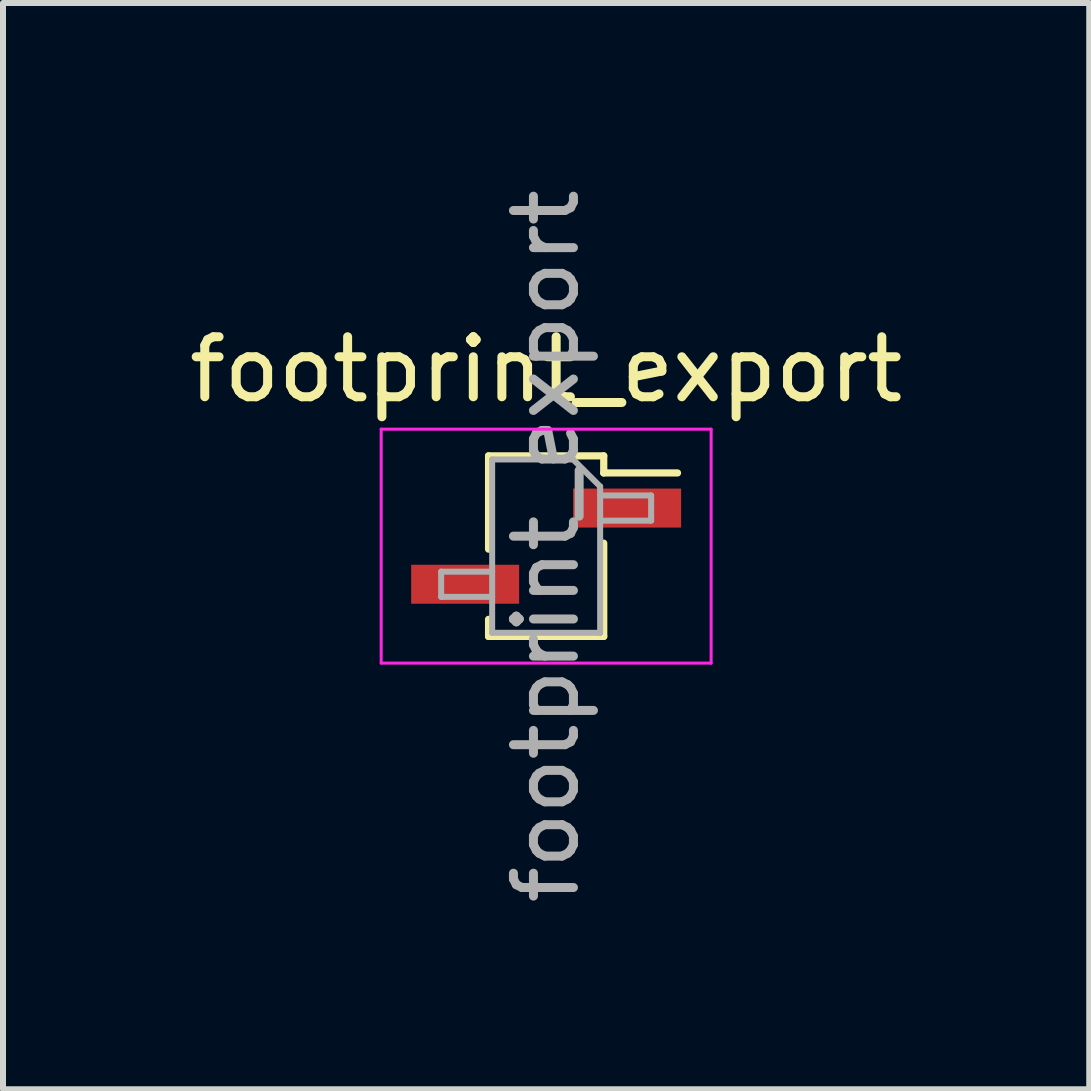
<source format=kicad_pcb>
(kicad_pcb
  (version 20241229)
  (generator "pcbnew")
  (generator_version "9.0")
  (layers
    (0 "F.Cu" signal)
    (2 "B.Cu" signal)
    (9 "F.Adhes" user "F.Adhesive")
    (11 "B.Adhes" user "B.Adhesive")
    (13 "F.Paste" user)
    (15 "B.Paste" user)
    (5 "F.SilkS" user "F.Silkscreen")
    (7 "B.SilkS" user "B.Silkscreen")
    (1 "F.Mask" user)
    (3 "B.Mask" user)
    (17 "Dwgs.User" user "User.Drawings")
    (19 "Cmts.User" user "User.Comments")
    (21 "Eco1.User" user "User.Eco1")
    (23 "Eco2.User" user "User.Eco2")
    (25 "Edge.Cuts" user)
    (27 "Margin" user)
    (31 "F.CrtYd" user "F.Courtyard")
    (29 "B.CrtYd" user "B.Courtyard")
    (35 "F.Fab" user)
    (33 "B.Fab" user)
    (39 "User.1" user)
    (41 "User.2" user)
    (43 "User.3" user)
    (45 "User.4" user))
  (footprint "footprint_export"
    (layer "F.Cu")
    (at 6.054 6.054)
    (property "Reference" "footprint_export" (at 0 -2.945 0) (layer "F.SilkS") (effects (font (size 1 1) (thickness 0.15))))
    (attr smd)
    (fp_line (start -0.96 -1.505) (end -0.96 0.05) (stroke (width 0.12) (type solid)) (layer "F.SilkS"))
    (fp_line (start -0.96 -1.505) (end 0.96 -1.505) (stroke (width 0.12) (type solid)) (layer "F.SilkS"))
    (fp_line (start -0.96 1.22) (end -0.96 1.505) (stroke (width 0.12) (type solid)) (layer "F.SilkS"))
    (fp_line (start -0.96 1.505) (end 0.96 1.505) (stroke (width 0.12) (type solid)) (layer "F.SilkS"))
    (fp_line (start 0.96 -1.505) (end 0.96 -1.22) (stroke (width 0.12) (type solid)) (layer "F.SilkS"))
    (fp_line (start 0.96 -1.22) (end 2.19 -1.22) (stroke (width 0.12) (type solid)) (layer "F.SilkS"))
    (fp_line (start 0.96 -0.05) (end 0.96 1.505) (stroke (width 0.12) (type solid)) (layer "F.SilkS"))
    (fp_line (start -2.75 -1.95) (end 2.75 -1.95) (stroke (width 0.05) (type solid)) (layer "F.CrtYd"))
    (fp_line (start -2.75 1.95) (end -2.75 -1.95) (stroke (width 0.05) (type solid)) (layer "F.CrtYd"))
    (fp_line (start 2.75 -1.95) (end 2.75 1.95) (stroke (width 0.05) (type solid)) (layer "F.CrtYd"))
    (fp_line (start 2.75 1.95) (end -2.75 1.95) (stroke (width 0.05) (type solid)) (layer "F.CrtYd"))
    (fp_line (start -1.75 0.425) (end -0.9 0.425) (stroke (width 0.1) (type solid)) (layer "F.Fab"))
    (fp_line (start -1.75 0.845) (end -1.75 0.425) (stroke (width 0.1) (type solid)) (layer "F.Fab"))
    (fp_line (start -0.9 -1.445) (end 0.45 -1.445) (stroke (width 0.1) (type solid)) (layer "F.Fab"))
    (fp_line (start -0.9 0.845) (end -1.75 0.845) (stroke (width 0.1) (type solid)) (layer "F.Fab"))
    (fp_line (start -0.9 1.445) (end -0.9 -1.445) (stroke (width 0.1) (type solid)) (layer "F.Fab"))
    (fp_line (start 0.45 -1.445) (end 0.9 -0.995) (stroke (width 0.1) (type solid)) (layer "F.Fab"))
    (fp_line (start 0.9 -0.995) (end 0.9 1.445) (stroke (width 0.1) (type solid)) (layer "F.Fab"))
    (fp_line (start 0.9 -0.845) (end 1.75 -0.845) (stroke (width 0.1) (type solid)) (layer "F.Fab"))
    (fp_line (start 0.9 1.445) (end -0.9 1.445) (stroke (width 0.1) (type solid)) (layer "F.Fab"))
    (fp_line (start 1.75 -0.845) (end 1.75 -0.425) (stroke (width 0.1) (type solid)) (layer "F.Fab"))
    (fp_line (start 1.75 -0.425) (end 0.9 -0.425) (stroke (width 0.1) (type solid)) (layer "F.Fab"))
    (fp_text user "${REFERENCE}" (at 0 0 90) (layer "F.Fab") (effects (font (size 1 1) (thickness 0.15))))
    (pad "1" smd rect (at 1.35 -0.635) (size 1.8 0.65) (layers "F.Cu" "F.Mask" "F.Paste"))
    (pad "2" smd rect (at -1.35 0.635) (size 1.8 0.65) (layers "F.Cu" "F.Mask" "F.Paste")))
  (gr_rect
    (start -3 -3)
    (end 15.107 15.107)
    (stroke (width 0.1) (type default))
    (fill no)
    (layer "Edge.Cuts")))
</source>
